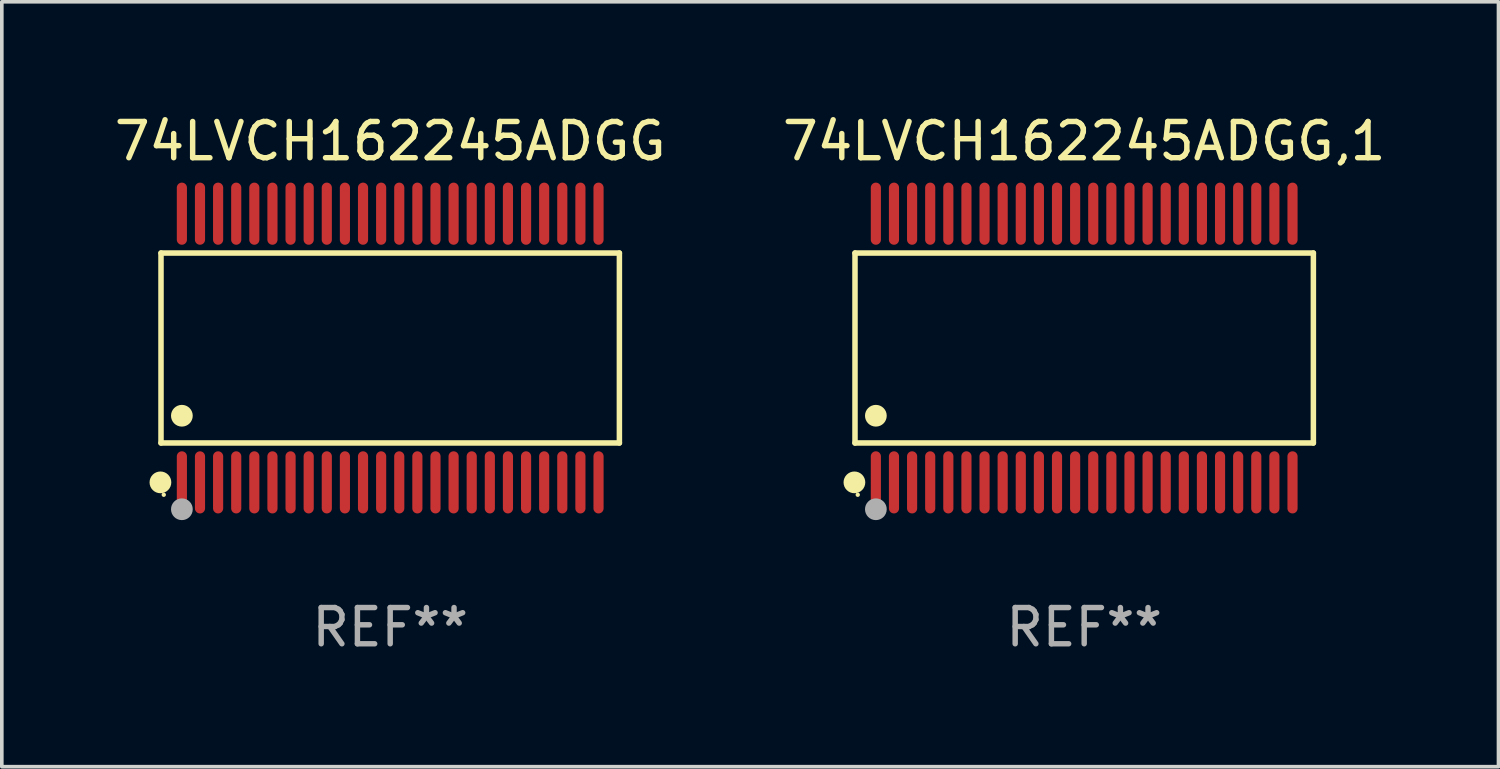
<source format=kicad_pcb>
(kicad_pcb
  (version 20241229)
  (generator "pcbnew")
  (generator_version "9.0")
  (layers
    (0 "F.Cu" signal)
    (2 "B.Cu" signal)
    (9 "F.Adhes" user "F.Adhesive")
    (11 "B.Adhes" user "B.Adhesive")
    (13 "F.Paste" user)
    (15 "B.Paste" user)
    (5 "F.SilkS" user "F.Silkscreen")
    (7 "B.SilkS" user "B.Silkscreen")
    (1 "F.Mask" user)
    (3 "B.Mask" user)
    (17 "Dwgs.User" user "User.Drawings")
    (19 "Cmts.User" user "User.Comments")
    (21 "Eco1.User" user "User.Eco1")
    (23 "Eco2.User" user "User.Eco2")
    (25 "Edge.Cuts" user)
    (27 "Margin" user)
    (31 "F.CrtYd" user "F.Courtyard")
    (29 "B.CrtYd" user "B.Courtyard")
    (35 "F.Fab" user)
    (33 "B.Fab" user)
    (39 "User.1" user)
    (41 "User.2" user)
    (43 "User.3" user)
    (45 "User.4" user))
  (footprint "74LVCH162245ADGG,1"
    (layer "F.Cu")
    (at 26.875 6.556)
    (property "Reference" "74LVCH162245ADGG,1" (at 0 -5.708 0) (layer "F.SilkS") (effects (font (size 1 1) (thickness 0.15))))
    (attr through_hole)
    (fp_line (start -6.326 -2.622) (end 6.326 -2.622) (stroke (width 0.152) (type solid)) (layer "F.SilkS"))
    (fp_line (start -6.326 2.621) (end -6.326 -2.622) (stroke (width 0.152) (type solid)) (layer "F.SilkS"))
    (fp_line (start 6.326 -2.622) (end 6.326 2.621) (stroke (width 0.152) (type solid)) (layer "F.SilkS"))
    (fp_line (start 6.326 2.621) (end -6.326 2.621) (stroke (width 0.152) (type solid)) (layer "F.SilkS"))
    (fp_circle (center -6.342 3.708) (end -6.192 3.708) (stroke (width 0.3) (type solid)) (fill no) (layer "F.SilkS"))
    (fp_circle (center -6.25 4.05) (end -6.22 4.05) (stroke (width 0.06) (type solid)) (fill no) (layer "F.SilkS"))
    (fp_circle (center -5.75 1.869) (end -5.6 1.869) (stroke (width 0.3) (type solid)) (fill no) (layer "F.SilkS"))
    (fp_circle (center -5.75 4.45) (end -5.6 4.45) (stroke (width 0.3) (type solid)) (fill no) (layer "F.Fab"))
    (fp_text user "REF**" (at 0 7.708 0) (layer "F.Fab") (effects (font (size 1 1) (thickness 0.15))))
    (pad "1" smd oval (at -5.75 3.708) (size 0.28 1.715) (layers "F.Cu" "F.Mask" "F.Paste"))
    (pad "2" smd oval (at -5.25 3.708) (size 0.28 1.715) (layers "F.Cu" "F.Mask" "F.Paste"))
    (pad "3" smd oval (at -4.75 3.708) (size 0.28 1.715) (layers "F.Cu" "F.Mask" "F.Paste"))
    (pad "4" smd oval (at -4.25 3.708) (size 0.28 1.715) (layers "F.Cu" "F.Mask" "F.Paste"))
    (pad "5" smd oval (at -3.75 3.708) (size 0.28 1.715) (layers "F.Cu" "F.Mask" "F.Paste"))
    (pad "6" smd oval (at -3.25 3.708) (size 0.28 1.715) (layers "F.Cu" "F.Mask" "F.Paste"))
    (pad "7" smd oval (at -2.75 3.708) (size 0.28 1.715) (layers "F.Cu" "F.Mask" "F.Paste"))
    (pad "8" smd oval (at -2.25 3.708) (size 0.28 1.715) (layers "F.Cu" "F.Mask" "F.Paste"))
    (pad "9" smd oval (at -1.75 3.708) (size 0.28 1.715) (layers "F.Cu" "F.Mask" "F.Paste"))
    (pad "10" smd oval (at -1.25 3.708) (size 0.28 1.715) (layers "F.Cu" "F.Mask" "F.Paste"))
    (pad "11" smd oval (at -0.75 3.708) (size 0.28 1.715) (layers "F.Cu" "F.Mask" "F.Paste"))
    (pad "12" smd oval (at -0.25 3.708) (size 0.28 1.715) (layers "F.Cu" "F.Mask" "F.Paste"))
    (pad "13" smd oval (at 0.25 3.708) (size 0.28 1.715) (layers "F.Cu" "F.Mask" "F.Paste"))
    (pad "14" smd oval (at 0.75 3.708) (size 0.28 1.715) (layers "F.Cu" "F.Mask" "F.Paste"))
    (pad "15" smd oval (at 1.25 3.708) (size 0.28 1.715) (layers "F.Cu" "F.Mask" "F.Paste"))
    (pad "16" smd oval (at 1.75 3.708) (size 0.28 1.715) (layers "F.Cu" "F.Mask" "F.Paste"))
    (pad "17" smd oval (at 2.25 3.708) (size 0.28 1.715) (layers "F.Cu" "F.Mask" "F.Paste"))
    (pad "18" smd oval (at 2.75 3.708) (size 0.28 1.715) (layers "F.Cu" "F.Mask" "F.Paste"))
    (pad "19" smd oval (at 3.25 3.708) (size 0.28 1.715) (layers "F.Cu" "F.Mask" "F.Paste"))
    (pad "20" smd oval (at 3.75 3.708) (size 0.28 1.715) (layers "F.Cu" "F.Mask" "F.Paste"))
    (pad "21" smd oval (at 4.25 3.708) (size 0.28 1.715) (layers "F.Cu" "F.Mask" "F.Paste"))
    (pad "22" smd oval (at 4.75 3.708) (size 0.28 1.715) (layers "F.Cu" "F.Mask" "F.Paste"))
    (pad "23" smd oval (at 5.25 3.708) (size 0.28 1.715) (layers "F.Cu" "F.Mask" "F.Paste"))
    (pad "24" smd oval (at 5.75 3.708) (size 0.28 1.715) (layers "F.Cu" "F.Mask" "F.Paste"))
    (pad "25" smd oval (at 5.75 -3.708) (size 0.28 1.715) (layers "F.Cu" "F.Mask" "F.Paste"))
    (pad "26" smd oval (at 5.25 -3.708) (size 0.28 1.715) (layers "F.Cu" "F.Mask" "F.Paste"))
    (pad "27" smd oval (at 4.75 -3.708) (size 0.28 1.715) (layers "F.Cu" "F.Mask" "F.Paste"))
    (pad "28" smd oval (at 4.25 -3.708) (size 0.28 1.715) (layers "F.Cu" "F.Mask" "F.Paste"))
    (pad "29" smd oval (at 3.75 -3.708) (size 0.28 1.715) (layers "F.Cu" "F.Mask" "F.Paste"))
    (pad "30" smd oval (at 3.25 -3.708) (size 0.28 1.715) (layers "F.Cu" "F.Mask" "F.Paste"))
    (pad "31" smd oval (at 2.75 -3.708) (size 0.28 1.715) (layers "F.Cu" "F.Mask" "F.Paste"))
    (pad "32" smd oval (at 2.25 -3.708) (size 0.28 1.715) (layers "F.Cu" "F.Mask" "F.Paste"))
    (pad "33" smd oval (at 1.75 -3.708) (size 0.28 1.715) (layers "F.Cu" "F.Mask" "F.Paste"))
    (pad "34" smd oval (at 1.25 -3.708) (size 0.28 1.715) (layers "F.Cu" "F.Mask" "F.Paste"))
    (pad "35" smd oval (at 0.75 -3.708) (size 0.28 1.715) (layers "F.Cu" "F.Mask" "F.Paste"))
    (pad "36" smd oval (at 0.25 -3.708) (size 0.28 1.715) (layers "F.Cu" "F.Mask" "F.Paste"))
    (pad "37" smd oval (at -0.25 -3.708) (size 0.28 1.715) (layers "F.Cu" "F.Mask" "F.Paste"))
    (pad "38" smd oval (at -0.75 -3.708) (size 0.28 1.715) (layers "F.Cu" "F.Mask" "F.Paste"))
    (pad "39" smd oval (at -1.25 -3.708) (size 0.28 1.715) (layers "F.Cu" "F.Mask" "F.Paste"))
    (pad "40" smd oval (at -1.75 -3.708) (size 0.28 1.715) (layers "F.Cu" "F.Mask" "F.Paste"))
    (pad "41" smd oval (at -2.25 -3.708) (size 0.28 1.715) (layers "F.Cu" "F.Mask" "F.Paste"))
    (pad "42" smd oval (at -2.75 -3.708) (size 0.28 1.715) (layers "F.Cu" "F.Mask" "F.Paste"))
    (pad "43" smd oval (at -3.25 -3.708) (size 0.28 1.715) (layers "F.Cu" "F.Mask" "F.Paste"))
    (pad "44" smd oval (at -3.75 -3.708) (size 0.28 1.715) (layers "F.Cu" "F.Mask" "F.Paste"))
    (pad "45" smd oval (at -4.25 -3.708) (size 0.28 1.715) (layers "F.Cu" "F.Mask" "F.Paste"))
    (pad "46" smd oval (at -4.75 -3.708) (size 0.28 1.715) (layers "F.Cu" "F.Mask" "F.Paste"))
    (pad "47" smd oval (at -5.25 -3.708) (size 0.28 1.715) (layers "F.Cu" "F.Mask" "F.Paste"))
    (pad "48" smd oval (at -5.75 -3.708) (size 0.28 1.715) (layers "F.Cu" "F.Mask" "F.Paste")))
  (footprint "74LVCH162245ADGG"
    (layer "F.Cu")
    (at 7.72 6.556)
    (property "Reference" "74LVCH162245ADGG" (at 0 -5.708 0) (layer "F.SilkS") (effects (font (size 1 1) (thickness 0.15))))
    (attr through_hole)
    (fp_line (start -6.326 -2.622) (end 6.326 -2.622) (stroke (width 0.152) (type solid)) (layer "F.SilkS"))
    (fp_line (start -6.326 2.621) (end -6.326 -2.622) (stroke (width 0.152) (type solid)) (layer "F.SilkS"))
    (fp_line (start 6.326 -2.622) (end 6.326 2.621) (stroke (width 0.152) (type solid)) (layer "F.SilkS"))
    (fp_line (start 6.326 2.621) (end -6.326 2.621) (stroke (width 0.152) (type solid)) (layer "F.SilkS"))
    (fp_circle (center -6.342 3.708) (end -6.192 3.708) (stroke (width 0.3) (type solid)) (fill no) (layer "F.SilkS"))
    (fp_circle (center -6.25 4.05) (end -6.22 4.05) (stroke (width 0.06) (type solid)) (fill no) (layer "F.SilkS"))
    (fp_circle (center -5.75 1.869) (end -5.6 1.869) (stroke (width 0.3) (type solid)) (fill no) (layer "F.SilkS"))
    (fp_circle (center -5.75 4.45) (end -5.6 4.45) (stroke (width 0.3) (type solid)) (fill no) (layer "F.Fab"))
    (fp_text user "REF**" (at 0 7.708 0) (layer "F.Fab") (effects (font (size 1 1) (thickness 0.15))))
    (pad "1" smd oval (at -5.75 3.708) (size 0.28 1.715) (layers "F.Cu" "F.Mask" "F.Paste"))
    (pad "2" smd oval (at -5.25 3.708) (size 0.28 1.715) (layers "F.Cu" "F.Mask" "F.Paste"))
    (pad "3" smd oval (at -4.75 3.708) (size 0.28 1.715) (layers "F.Cu" "F.Mask" "F.Paste"))
    (pad "4" smd oval (at -4.25 3.708) (size 0.28 1.715) (layers "F.Cu" "F.Mask" "F.Paste"))
    (pad "5" smd oval (at -3.75 3.708) (size 0.28 1.715) (layers "F.Cu" "F.Mask" "F.Paste"))
    (pad "6" smd oval (at -3.25 3.708) (size 0.28 1.715) (layers "F.Cu" "F.Mask" "F.Paste"))
    (pad "7" smd oval (at -2.75 3.708) (size 0.28 1.715) (layers "F.Cu" "F.Mask" "F.Paste"))
    (pad "8" smd oval (at -2.25 3.708) (size 0.28 1.715) (layers "F.Cu" "F.Mask" "F.Paste"))
    (pad "9" smd oval (at -1.75 3.708) (size 0.28 1.715) (layers "F.Cu" "F.Mask" "F.Paste"))
    (pad "10" smd oval (at -1.25 3.708) (size 0.28 1.715) (layers "F.Cu" "F.Mask" "F.Paste"))
    (pad "11" smd oval (at -0.75 3.708) (size 0.28 1.715) (layers "F.Cu" "F.Mask" "F.Paste"))
    (pad "12" smd oval (at -0.25 3.708) (size 0.28 1.715) (layers "F.Cu" "F.Mask" "F.Paste"))
    (pad "13" smd oval (at 0.25 3.708) (size 0.28 1.715) (layers "F.Cu" "F.Mask" "F.Paste"))
    (pad "14" smd oval (at 0.75 3.708) (size 0.28 1.715) (layers "F.Cu" "F.Mask" "F.Paste"))
    (pad "15" smd oval (at 1.25 3.708) (size 0.28 1.715) (layers "F.Cu" "F.Mask" "F.Paste"))
    (pad "16" smd oval (at 1.75 3.708) (size 0.28 1.715) (layers "F.Cu" "F.Mask" "F.Paste"))
    (pad "17" smd oval (at 2.25 3.708) (size 0.28 1.715) (layers "F.Cu" "F.Mask" "F.Paste"))
    (pad "18" smd oval (at 2.75 3.708) (size 0.28 1.715) (layers "F.Cu" "F.Mask" "F.Paste"))
    (pad "19" smd oval (at 3.25 3.708) (size 0.28 1.715) (layers "F.Cu" "F.Mask" "F.Paste"))
    (pad "20" smd oval (at 3.75 3.708) (size 0.28 1.715) (layers "F.Cu" "F.Mask" "F.Paste"))
    (pad "21" smd oval (at 4.25 3.708) (size 0.28 1.715) (layers "F.Cu" "F.Mask" "F.Paste"))
    (pad "22" smd oval (at 4.75 3.708) (size 0.28 1.715) (layers "F.Cu" "F.Mask" "F.Paste"))
    (pad "23" smd oval (at 5.25 3.708) (size 0.28 1.715) (layers "F.Cu" "F.Mask" "F.Paste"))
    (pad "24" smd oval (at 5.75 3.708) (size 0.28 1.715) (layers "F.Cu" "F.Mask" "F.Paste"))
    (pad "25" smd oval (at 5.75 -3.708) (size 0.28 1.715) (layers "F.Cu" "F.Mask" "F.Paste"))
    (pad "26" smd oval (at 5.25 -3.708) (size 0.28 1.715) (layers "F.Cu" "F.Mask" "F.Paste"))
    (pad "27" smd oval (at 4.75 -3.708) (size 0.28 1.715) (layers "F.Cu" "F.Mask" "F.Paste"))
    (pad "28" smd oval (at 4.25 -3.708) (size 0.28 1.715) (layers "F.Cu" "F.Mask" "F.Paste"))
    (pad "29" smd oval (at 3.75 -3.708) (size 0.28 1.715) (layers "F.Cu" "F.Mask" "F.Paste"))
    (pad "30" smd oval (at 3.25 -3.708) (size 0.28 1.715) (layers "F.Cu" "F.Mask" "F.Paste"))
    (pad "31" smd oval (at 2.75 -3.708) (size 0.28 1.715) (layers "F.Cu" "F.Mask" "F.Paste"))
    (pad "32" smd oval (at 2.25 -3.708) (size 0.28 1.715) (layers "F.Cu" "F.Mask" "F.Paste"))
    (pad "33" smd oval (at 1.75 -3.708) (size 0.28 1.715) (layers "F.Cu" "F.Mask" "F.Paste"))
    (pad "34" smd oval (at 1.25 -3.708) (size 0.28 1.715) (layers "F.Cu" "F.Mask" "F.Paste"))
    (pad "35" smd oval (at 0.75 -3.708) (size 0.28 1.715) (layers "F.Cu" "F.Mask" "F.Paste"))
    (pad "36" smd oval (at 0.25 -3.708) (size 0.28 1.715) (layers "F.Cu" "F.Mask" "F.Paste"))
    (pad "37" smd oval (at -0.25 -3.708) (size 0.28 1.715) (layers "F.Cu" "F.Mask" "F.Paste"))
    (pad "38" smd oval (at -0.75 -3.708) (size 0.28 1.715) (layers "F.Cu" "F.Mask" "F.Paste"))
    (pad "39" smd oval (at -1.25 -3.708) (size 0.28 1.715) (layers "F.Cu" "F.Mask" "F.Paste"))
    (pad "40" smd oval (at -1.75 -3.708) (size 0.28 1.715) (layers "F.Cu" "F.Mask" "F.Paste"))
    (pad "41" smd oval (at -2.25 -3.708) (size 0.28 1.715) (layers "F.Cu" "F.Mask" "F.Paste"))
    (pad "42" smd oval (at -2.75 -3.708) (size 0.28 1.715) (layers "F.Cu" "F.Mask" "F.Paste"))
    (pad "43" smd oval (at -3.25 -3.708) (size 0.28 1.715) (layers "F.Cu" "F.Mask" "F.Paste"))
    (pad "44" smd oval (at -3.75 -3.708) (size 0.28 1.715) (layers "F.Cu" "F.Mask" "F.Paste"))
    (pad "45" smd oval (at -4.25 -3.708) (size 0.28 1.715) (layers "F.Cu" "F.Mask" "F.Paste"))
    (pad "46" smd oval (at -4.75 -3.708) (size 0.28 1.715) (layers "F.Cu" "F.Mask" "F.Paste"))
    (pad "47" smd oval (at -5.25 -3.708) (size 0.28 1.715) (layers "F.Cu" "F.Mask" "F.Paste"))
    (pad "48" smd oval (at -5.75 -3.708) (size 0.28 1.715) (layers "F.Cu" "F.Mask" "F.Paste")))
  (gr_rect
    (start -3 -3)
    (end 38.31 18.112)
    (stroke (width 0.1) (type default))
    (fill no)
    (layer "Edge.Cuts")))
</source>
